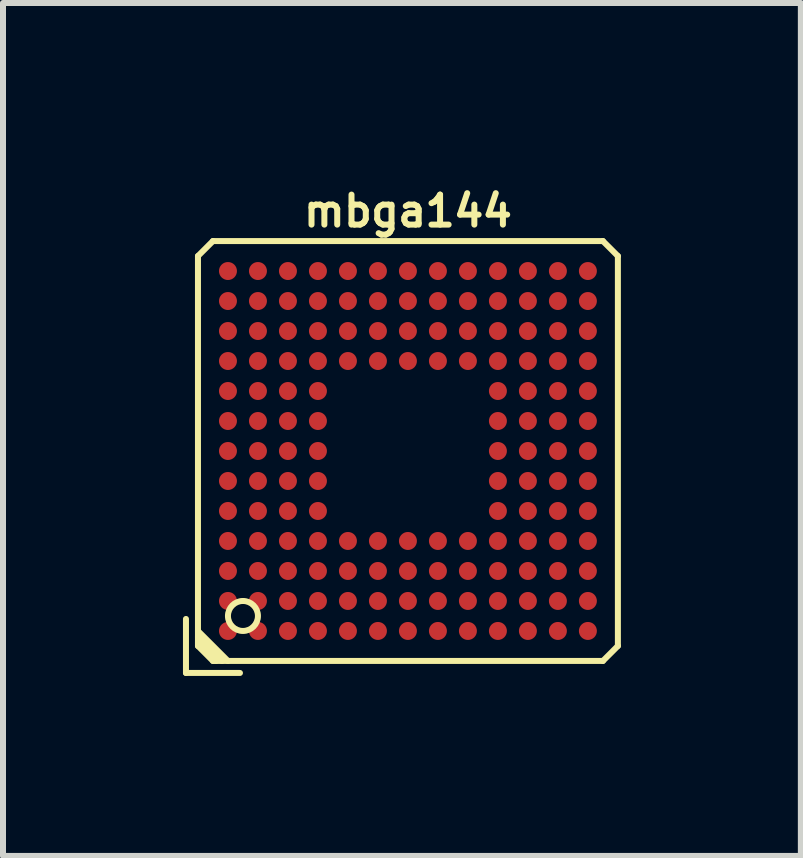
<source format=kicad_pcb>
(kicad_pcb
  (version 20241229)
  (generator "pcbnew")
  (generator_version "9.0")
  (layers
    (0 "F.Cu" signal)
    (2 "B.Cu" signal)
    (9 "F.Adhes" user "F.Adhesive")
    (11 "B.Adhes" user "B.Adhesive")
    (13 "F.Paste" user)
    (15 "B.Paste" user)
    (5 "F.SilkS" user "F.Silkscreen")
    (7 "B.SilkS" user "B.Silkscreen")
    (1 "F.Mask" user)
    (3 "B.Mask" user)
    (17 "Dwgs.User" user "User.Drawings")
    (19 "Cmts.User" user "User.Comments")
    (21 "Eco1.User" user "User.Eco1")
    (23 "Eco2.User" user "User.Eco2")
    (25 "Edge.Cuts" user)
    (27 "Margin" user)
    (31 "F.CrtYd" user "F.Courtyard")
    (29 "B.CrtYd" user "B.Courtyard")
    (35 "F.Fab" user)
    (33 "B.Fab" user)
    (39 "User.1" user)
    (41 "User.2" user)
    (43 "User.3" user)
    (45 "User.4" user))
  (footprint "mbga144"
    (layer "F.Cu")
    (at 3.75 4.468)
    (property "Reference" "mbga144" (at 0 -4 0) (layer "F.SilkS") (effects (font (size 0.5 0.5) (thickness 0.1))))
    (attr through_hole)
    (fp_line (start -3.7 2.8) (end -3.7 3.7) (stroke (width 0.1) (type solid)) (layer "F.SilkS"))
    (fp_line (start -3.7 3.7) (end -2.8 3.7) (stroke (width 0.1) (type solid)) (layer "F.SilkS"))
    (fp_line (start -3.5 -3.25) (end -3.5 3.25) (stroke (width 0.1) (type solid)) (layer "F.SilkS"))
    (fp_line (start -3.5 -3.25) (end -3.25 -3.5) (stroke (width 0.1) (type solid)) (layer "F.SilkS"))
    (fp_line (start -3.5 3) (end -3 3.5) (stroke (width 0.1) (type solid)) (layer "F.SilkS"))
    (fp_line (start -3.5 3.2) (end -3.2 3.5) (stroke (width 0.1) (type solid)) (layer "F.SilkS"))
    (fp_line (start -3.25 3.5) (end -3.5 3.25) (stroke (width 0.1) (type solid)) (layer "F.SilkS"))
    (fp_line (start -3.25 3.5) (end 3.25 3.5) (stroke (width 0.1) (type solid)) (layer "F.SilkS"))
    (fp_line (start -3.1 3.5) (end -3.5 3.1) (stroke (width 0.1) (type solid)) (layer "F.SilkS"))
    (fp_line (start 3.25 -3.5) (end -3.25 -3.5) (stroke (width 0.1) (type solid)) (layer "F.SilkS"))
    (fp_line (start 3.25 -3.5) (end 3.5 -3.25) (stroke (width 0.1) (type solid)) (layer "F.SilkS"))
    (fp_line (start 3.5 3.25) (end 3.25 3.5) (stroke (width 0.1) (type solid)) (layer "F.SilkS"))
    (fp_line (start 3.5 3.25) (end 3.5 -3.25) (stroke (width 0.1) (type solid)) (layer "F.SilkS"))
    (fp_circle (center -2.75 2.75) (end -3 2.75) (stroke (width 0.1) (type solid)) (fill no) (layer "F.SilkS"))
    (pad "A1" smd circle (at -3 3) (size 0.3 0.3) (layers "F.Cu" "F.Mask" "F.Paste"))
    (pad "A2" smd circle (at -2.5 3) (size 0.3 0.3) (layers "F.Cu" "F.Mask" "F.Paste"))
    (pad "A3" smd circle (at -2 3) (size 0.3 0.3) (layers "F.Cu" "F.Mask" "F.Paste"))
    (pad "A4" smd circle (at -1.5 3) (size 0.3 0.3) (layers "F.Cu" "F.Mask" "F.Paste"))
    (pad "A5" smd circle (at -1 3) (size 0.3 0.3) (layers "F.Cu" "F.Mask" "F.Paste"))
    (pad "A6" smd circle (at -0.5 3) (size 0.3 0.3) (layers "F.Cu" "F.Mask" "F.Paste"))
    (pad "A7" smd circle (at 0 3) (size 0.3 0.3) (layers "F.Cu" "F.Mask" "F.Paste"))
    (pad "A8" smd circle (at 0.5 3) (size 0.3 0.3) (layers "F.Cu" "F.Mask" "F.Paste"))
    (pad "A9" smd circle (at 1 3) (size 0.3 0.3) (layers "F.Cu" "F.Mask" "F.Paste"))
    (pad "A10" smd circle (at 1.5 3) (size 0.3 0.3) (layers "F.Cu" "F.Mask" "F.Paste"))
    (pad "A11" smd circle (at 2 3) (size 0.3 0.3) (layers "F.Cu" "F.Mask" "F.Paste"))
    (pad "A12" smd circle (at 2.5 3) (size 0.3 0.3) (layers "F.Cu" "F.Mask" "F.Paste"))
    (pad "A13" smd circle (at 3 3) (size 0.3 0.3) (layers "F.Cu" "F.Mask" "F.Paste"))
    (pad "B1" smd circle (at -3 2.5) (size 0.3 0.3) (layers "F.Cu" "F.Mask" "F.Paste"))
    (pad "B2" smd circle (at -2.5 2.5) (size 0.3 0.3) (layers "F.Cu" "F.Mask" "F.Paste"))
    (pad "B3" smd circle (at -2 2.5) (size 0.3 0.3) (layers "F.Cu" "F.Mask" "F.Paste"))
    (pad "B4" smd circle (at -1.5 2.5) (size 0.3 0.3) (layers "F.Cu" "F.Mask" "F.Paste"))
    (pad "B5" smd circle (at -1 2.5) (size 0.3 0.3) (layers "F.Cu" "F.Mask" "F.Paste"))
    (pad "B6" smd circle (at -0.5 2.5) (size 0.3 0.3) (layers "F.Cu" "F.Mask" "F.Paste"))
    (pad "B7" smd circle (at 0 2.5) (size 0.3 0.3) (layers "F.Cu" "F.Mask" "F.Paste"))
    (pad "B8" smd circle (at 0.5 2.5) (size 0.3 0.3) (layers "F.Cu" "F.Mask" "F.Paste"))
    (pad "B9" smd circle (at 1 2.5) (size 0.3 0.3) (layers "F.Cu" "F.Mask" "F.Paste"))
    (pad "B10" smd circle (at 1.5 2.5) (size 0.3 0.3) (layers "F.Cu" "F.Mask" "F.Paste"))
    (pad "B11" smd circle (at 2 2.5) (size 0.3 0.3) (layers "F.Cu" "F.Mask" "F.Paste"))
    (pad "B12" smd circle (at 2.5 2.5) (size 0.3 0.3) (layers "F.Cu" "F.Mask" "F.Paste"))
    (pad "B13" smd circle (at 3 2.5) (size 0.3 0.3) (layers "F.Cu" "F.Mask" "F.Paste"))
    (pad "C1" smd circle (at -3 2) (size 0.3 0.3) (layers "F.Cu" "F.Mask" "F.Paste"))
    (pad "C2" smd circle (at -2.5 2) (size 0.3 0.3) (layers "F.Cu" "F.Mask" "F.Paste"))
    (pad "C3" smd circle (at -2 2) (size 0.3 0.3) (layers "F.Cu" "F.Mask" "F.Paste"))
    (pad "C4" smd circle (at -1.5 2) (size 0.3 0.3) (layers "F.Cu" "F.Mask" "F.Paste"))
    (pad "C5" smd circle (at -1 2) (size 0.3 0.3) (layers "F.Cu" "F.Mask" "F.Paste"))
    (pad "C6" smd circle (at -0.5 2) (size 0.3 0.3) (layers "F.Cu" "F.Mask" "F.Paste"))
    (pad "C7" smd circle (at 0 2) (size 0.3 0.3) (layers "F.Cu" "F.Mask" "F.Paste"))
    (pad "C8" smd circle (at 0.5 2) (size 0.3 0.3) (layers "F.Cu" "F.Mask" "F.Paste"))
    (pad "C9" smd circle (at 1 2) (size 0.3 0.3) (layers "F.Cu" "F.Mask" "F.Paste"))
    (pad "C10" smd circle (at 1.5 2) (size 0.3 0.3) (layers "F.Cu" "F.Mask" "F.Paste"))
    (pad "C11" smd circle (at 2 2) (size 0.3 0.3) (layers "F.Cu" "F.Mask" "F.Paste"))
    (pad "C12" smd circle (at 2.5 2) (size 0.3 0.3) (layers "F.Cu" "F.Mask" "F.Paste"))
    (pad "C13" smd circle (at 3 2) (size 0.3 0.3) (layers "F.Cu" "F.Mask" "F.Paste"))
    (pad "D1" smd circle (at -3 1.5) (size 0.3 0.3) (layers "F.Cu" "F.Mask" "F.Paste"))
    (pad "D2" smd circle (at -2.5 1.5) (size 0.3 0.3) (layers "F.Cu" "F.Mask" "F.Paste"))
    (pad "D3" smd circle (at -2 1.5) (size 0.3 0.3) (layers "F.Cu" "F.Mask" "F.Paste"))
    (pad "D4" smd circle (at -1.5 1.5) (size 0.3 0.3) (layers "F.Cu" "F.Mask" "F.Paste"))
    (pad "D5" smd circle (at -1 1.5) (size 0.3 0.3) (layers "F.Cu" "F.Mask" "F.Paste"))
    (pad "D6" smd circle (at -0.5 1.5) (size 0.3 0.3) (layers "F.Cu" "F.Mask" "F.Paste"))
    (pad "D7" smd circle (at 0 1.5) (size 0.3 0.3) (layers "F.Cu" "F.Mask" "F.Paste"))
    (pad "D8" smd circle (at 0.5 1.5) (size 0.3 0.3) (layers "F.Cu" "F.Mask" "F.Paste"))
    (pad "D9" smd circle (at 1 1.5) (size 0.3 0.3) (layers "F.Cu" "F.Mask" "F.Paste"))
    (pad "D10" smd circle (at 1.5 1.5) (size 0.3 0.3) (layers "F.Cu" "F.Mask" "F.Paste"))
    (pad "D11" smd circle (at 2 1.5) (size 0.3 0.3) (layers "F.Cu" "F.Mask" "F.Paste"))
    (pad "D12" smd circle (at 2.5 1.5) (size 0.3 0.3) (layers "F.Cu" "F.Mask" "F.Paste"))
    (pad "D13" smd circle (at 3 1.5) (size 0.3 0.3) (layers "F.Cu" "F.Mask" "F.Paste"))
    (pad "E1" smd circle (at -3 1) (size 0.3 0.3) (layers "F.Cu" "F.Mask" "F.Paste"))
    (pad "E2" smd circle (at -2.5 1) (size 0.3 0.3) (layers "F.Cu" "F.Mask" "F.Paste"))
    (pad "E3" smd circle (at -2 1) (size 0.3 0.3) (layers "F.Cu" "F.Mask" "F.Paste"))
    (pad "E4" smd circle (at -1.5 1) (size 0.3 0.3) (layers "F.Cu" "F.Mask" "F.Paste"))
    (pad "E10" smd circle (at 1.5 1) (size 0.3 0.3) (layers "F.Cu" "F.Mask" "F.Paste"))
    (pad "E11" smd circle (at 2 1) (size 0.3 0.3) (layers "F.Cu" "F.Mask" "F.Paste"))
    (pad "E12" smd circle (at 2.5 1) (size 0.3 0.3) (layers "F.Cu" "F.Mask" "F.Paste"))
    (pad "E13" smd circle (at 3 1) (size 0.3 0.3) (layers "F.Cu" "F.Mask" "F.Paste"))
    (pad "F1" smd circle (at -3 0.5) (size 0.3 0.3) (layers "F.Cu" "F.Mask" "F.Paste"))
    (pad "F2" smd circle (at -2.5 0.5) (size 0.3 0.3) (layers "F.Cu" "F.Mask" "F.Paste"))
    (pad "F3" smd circle (at -2 0.5) (size 0.3 0.3) (layers "F.Cu" "F.Mask" "F.Paste"))
    (pad "F4" smd circle (at -1.5 0.5) (size 0.3 0.3) (layers "F.Cu" "F.Mask" "F.Paste"))
    (pad "F10" smd circle (at 1.5 0.5) (size 0.3 0.3) (layers "F.Cu" "F.Mask" "F.Paste"))
    (pad "F11" smd circle (at 2 0.5) (size 0.3 0.3) (layers "F.Cu" "F.Mask" "F.Paste"))
    (pad "F12" smd circle (at 2.5 0.5) (size 0.3 0.3) (layers "F.Cu" "F.Mask" "F.Paste"))
    (pad "F13" smd circle (at 3 0.5) (size 0.3 0.3) (layers "F.Cu" "F.Mask" "F.Paste"))
    (pad "G1" smd circle (at -3 0) (size 0.3 0.3) (layers "F.Cu" "F.Mask" "F.Paste"))
    (pad "G2" smd circle (at -2.5 0) (size 0.3 0.3) (layers "F.Cu" "F.Mask" "F.Paste"))
    (pad "G3" smd circle (at -2 0) (size 0.3 0.3) (layers "F.Cu" "F.Mask" "F.Paste"))
    (pad "G4" smd circle (at -1.5 0) (size 0.3 0.3) (layers "F.Cu" "F.Mask" "F.Paste"))
    (pad "G10" smd circle (at 1.5 0) (size 0.3 0.3) (layers "F.Cu" "F.Mask" "F.Paste"))
    (pad "G11" smd circle (at 2 0) (size 0.3 0.3) (layers "F.Cu" "F.Mask" "F.Paste"))
    (pad "G12" smd circle (at 2.5 0) (size 0.3 0.3) (layers "F.Cu" "F.Mask" "F.Paste"))
    (pad "G13" smd circle (at 3 0) (size 0.3 0.3) (layers "F.Cu" "F.Mask" "F.Paste"))
    (pad "H1" smd circle (at -3 -0.5) (size 0.3 0.3) (layers "F.Cu" "F.Mask" "F.Paste"))
    (pad "H2" smd circle (at -2.5 -0.5) (size 0.3 0.3) (layers "F.Cu" "F.Mask" "F.Paste"))
    (pad "H3" smd circle (at -2 -0.5) (size 0.3 0.3) (layers "F.Cu" "F.Mask" "F.Paste"))
    (pad "H4" smd circle (at -1.5 -0.5) (size 0.3 0.3) (layers "F.Cu" "F.Mask" "F.Paste"))
    (pad "H10" smd circle (at 1.5 -0.5) (size 0.3 0.3) (layers "F.Cu" "F.Mask" "F.Paste"))
    (pad "H11" smd circle (at 2 -0.5) (size 0.3 0.3) (layers "F.Cu" "F.Mask" "F.Paste"))
    (pad "H12" smd circle (at 2.5 -0.5) (size 0.3 0.3) (layers "F.Cu" "F.Mask" "F.Paste"))
    (pad "H13" smd circle (at 3 -0.5) (size 0.3 0.3) (layers "F.Cu" "F.Mask" "F.Paste"))
    (pad "J1" smd circle (at -3 -1) (size 0.3 0.3) (layers "F.Cu" "F.Mask" "F.Paste"))
    (pad "J2" smd circle (at -2.5 -1) (size 0.3 0.3) (layers "F.Cu" "F.Mask" "F.Paste"))
    (pad "J3" smd circle (at -2 -1) (size 0.3 0.3) (layers "F.Cu" "F.Mask" "F.Paste"))
    (pad "J4" smd circle (at -1.5 -1) (size 0.3 0.3) (layers "F.Cu" "F.Mask" "F.Paste"))
    (pad "J10" smd circle (at 1.5 -1) (size 0.3 0.3) (layers "F.Cu" "F.Mask" "F.Paste"))
    (pad "J11" smd circle (at 2 -1) (size 0.3 0.3) (layers "F.Cu" "F.Mask" "F.Paste"))
    (pad "J12" smd circle (at 2.5 -1) (size 0.3 0.3) (layers "F.Cu" "F.Mask" "F.Paste"))
    (pad "J13" smd circle (at 3 -1) (size 0.3 0.3) (layers "F.Cu" "F.Mask" "F.Paste"))
    (pad "K1" smd circle (at -3 -1.5) (size 0.3 0.3) (layers "F.Cu" "F.Mask" "F.Paste"))
    (pad "K2" smd circle (at -2.5 -1.5) (size 0.3 0.3) (layers "F.Cu" "F.Mask" "F.Paste"))
    (pad "K3" smd circle (at -2 -1.5) (size 0.3 0.3) (layers "F.Cu" "F.Mask" "F.Paste"))
    (pad "K4" smd circle (at -1.5 -1.5) (size 0.3 0.3) (layers "F.Cu" "F.Mask" "F.Paste"))
    (pad "K5" smd circle (at -1 -1.5) (size 0.3 0.3) (layers "F.Cu" "F.Mask" "F.Paste"))
    (pad "K6" smd circle (at -0.5 -1.5) (size 0.3 0.3) (layers "F.Cu" "F.Mask" "F.Paste"))
    (pad "K7" smd circle (at 0 -1.5) (size 0.3 0.3) (layers "F.Cu" "F.Mask" "F.Paste"))
    (pad "K8" smd circle (at 0.5 -1.5) (size 0.3 0.3) (layers "F.Cu" "F.Mask" "F.Paste"))
    (pad "K9" smd circle (at 1 -1.5) (size 0.3 0.3) (layers "F.Cu" "F.Mask" "F.Paste"))
    (pad "K10" smd circle (at 1.5 -1.5) (size 0.3 0.3) (layers "F.Cu" "F.Mask" "F.Paste"))
    (pad "K11" smd circle (at 2 -1.5) (size 0.3 0.3) (layers "F.Cu" "F.Mask" "F.Paste"))
    (pad "K12" smd circle (at 2.5 -1.5) (size 0.3 0.3) (layers "F.Cu" "F.Mask" "F.Paste"))
    (pad "K13" smd circle (at 3 -1.5) (size 0.3 0.3) (layers "F.Cu" "F.Mask" "F.Paste"))
    (pad "L1" smd circle (at -3 -2) (size 0.3 0.3) (layers "F.Cu" "F.Mask" "F.Paste"))
    (pad "L2" smd circle (at -2.5 -2) (size 0.3 0.3) (layers "F.Cu" "F.Mask" "F.Paste"))
    (pad "L3" smd circle (at -2 -2) (size 0.3 0.3) (layers "F.Cu" "F.Mask" "F.Paste"))
    (pad "L4" smd circle (at -1.5 -2) (size 0.3 0.3) (layers "F.Cu" "F.Mask" "F.Paste"))
    (pad "L5" smd circle (at -1 -2) (size 0.3 0.3) (layers "F.Cu" "F.Mask" "F.Paste"))
    (pad "L6" smd circle (at -0.5 -2) (size 0.3 0.3) (layers "F.Cu" "F.Mask" "F.Paste"))
    (pad "L7" smd circle (at 0 -2) (size 0.3 0.3) (layers "F.Cu" "F.Mask" "F.Paste"))
    (pad "L8" smd circle (at 0.5 -2) (size 0.3 0.3) (layers "F.Cu" "F.Mask" "F.Paste"))
    (pad "L9" smd circle (at 1 -2) (size 0.3 0.3) (layers "F.Cu" "F.Mask" "F.Paste"))
    (pad "L10" smd circle (at 1.5 -2) (size 0.3 0.3) (layers "F.Cu" "F.Mask" "F.Paste"))
    (pad "L11" smd circle (at 2 -2) (size 0.3 0.3) (layers "F.Cu" "F.Mask" "F.Paste"))
    (pad "L12" smd circle (at 2.5 -2) (size 0.3 0.3) (layers "F.Cu" "F.Mask" "F.Paste"))
    (pad "L13" smd circle (at 3 -2) (size 0.3 0.3) (layers "F.Cu" "F.Mask" "F.Paste"))
    (pad "M1" smd circle (at -3 -2.5) (size 0.3 0.3) (layers "F.Cu" "F.Mask" "F.Paste"))
    (pad "M2" smd circle (at -2.5 -2.5) (size 0.3 0.3) (layers "F.Cu" "F.Mask" "F.Paste"))
    (pad "M3" smd circle (at -2 -2.5) (size 0.3 0.3) (layers "F.Cu" "F.Mask" "F.Paste"))
    (pad "M4" smd circle (at -1.5 -2.5) (size 0.3 0.3) (layers "F.Cu" "F.Mask" "F.Paste"))
    (pad "M5" smd circle (at -1 -2.5) (size 0.3 0.3) (layers "F.Cu" "F.Mask" "F.Paste"))
    (pad "M6" smd circle (at -0.5 -2.5) (size 0.3 0.3) (layers "F.Cu" "F.Mask" "F.Paste"))
    (pad "M7" smd circle (at 0 -2.5) (size 0.3 0.3) (layers "F.Cu" "F.Mask" "F.Paste"))
    (pad "M8" smd circle (at 0.5 -2.5) (size 0.3 0.3) (layers "F.Cu" "F.Mask" "F.Paste"))
    (pad "M9" smd circle (at 1 -2.5) (size 0.3 0.3) (layers "F.Cu" "F.Mask" "F.Paste"))
    (pad "M10" smd circle (at 1.5 -2.5) (size 0.3 0.3) (layers "F.Cu" "F.Mask" "F.Paste"))
    (pad "M11" smd circle (at 2 -2.5) (size 0.3 0.3) (layers "F.Cu" "F.Mask" "F.Paste"))
    (pad "M12" smd circle (at 2.5 -2.5) (size 0.3 0.3) (layers "F.Cu" "F.Mask" "F.Paste"))
    (pad "M13" smd circle (at 3 -2.5) (size 0.3 0.3) (layers "F.Cu" "F.Mask" "F.Paste"))
    (pad "N1" smd circle (at -3 -3) (size 0.3 0.3) (layers "F.Cu" "F.Mask" "F.Paste"))
    (pad "N2" smd circle (at -2.5 -3) (size 0.3 0.3) (layers "F.Cu" "F.Mask" "F.Paste"))
    (pad "N3" smd circle (at -2 -3) (size 0.3 0.3) (layers "F.Cu" "F.Mask" "F.Paste"))
    (pad "N4" smd circle (at -1.5 -3) (size 0.3 0.3) (layers "F.Cu" "F.Mask" "F.Paste"))
    (pad "N5" smd circle (at -1 -3) (size 0.3 0.3) (layers "F.Cu" "F.Mask" "F.Paste"))
    (pad "N6" smd circle (at -0.5 -3) (size 0.3 0.3) (layers "F.Cu" "F.Mask" "F.Paste"))
    (pad "N7" smd circle (at 0 -3) (size 0.3 0.3) (layers "F.Cu" "F.Mask" "F.Paste"))
    (pad "N8" smd circle (at 0.5 -3) (size 0.3 0.3) (layers "F.Cu" "F.Mask" "F.Paste"))
    (pad "N9" smd circle (at 1 -3) (size 0.3 0.3) (layers "F.Cu" "F.Mask" "F.Paste"))
    (pad "N10" smd circle (at 1.5 -3) (size 0.3 0.3) (layers "F.Cu" "F.Mask" "F.Paste"))
    (pad "N11" smd circle (at 2 -3) (size 0.3 0.3) (layers "F.Cu" "F.Mask" "F.Paste"))
    (pad "N12" smd circle (at 2.5 -3) (size 0.3 0.3) (layers "F.Cu" "F.Mask" "F.Paste"))
    (pad "N13" smd circle (at 3 -3) (size 0.3 0.3) (layers "F.Cu" "F.Mask" "F.Paste")))
  (gr_rect
    (start -3 -3)
    (end 10.3 11.218)
    (stroke (width 0.1) (type default))
    (fill no)
    (layer "Edge.Cuts")))
</source>
